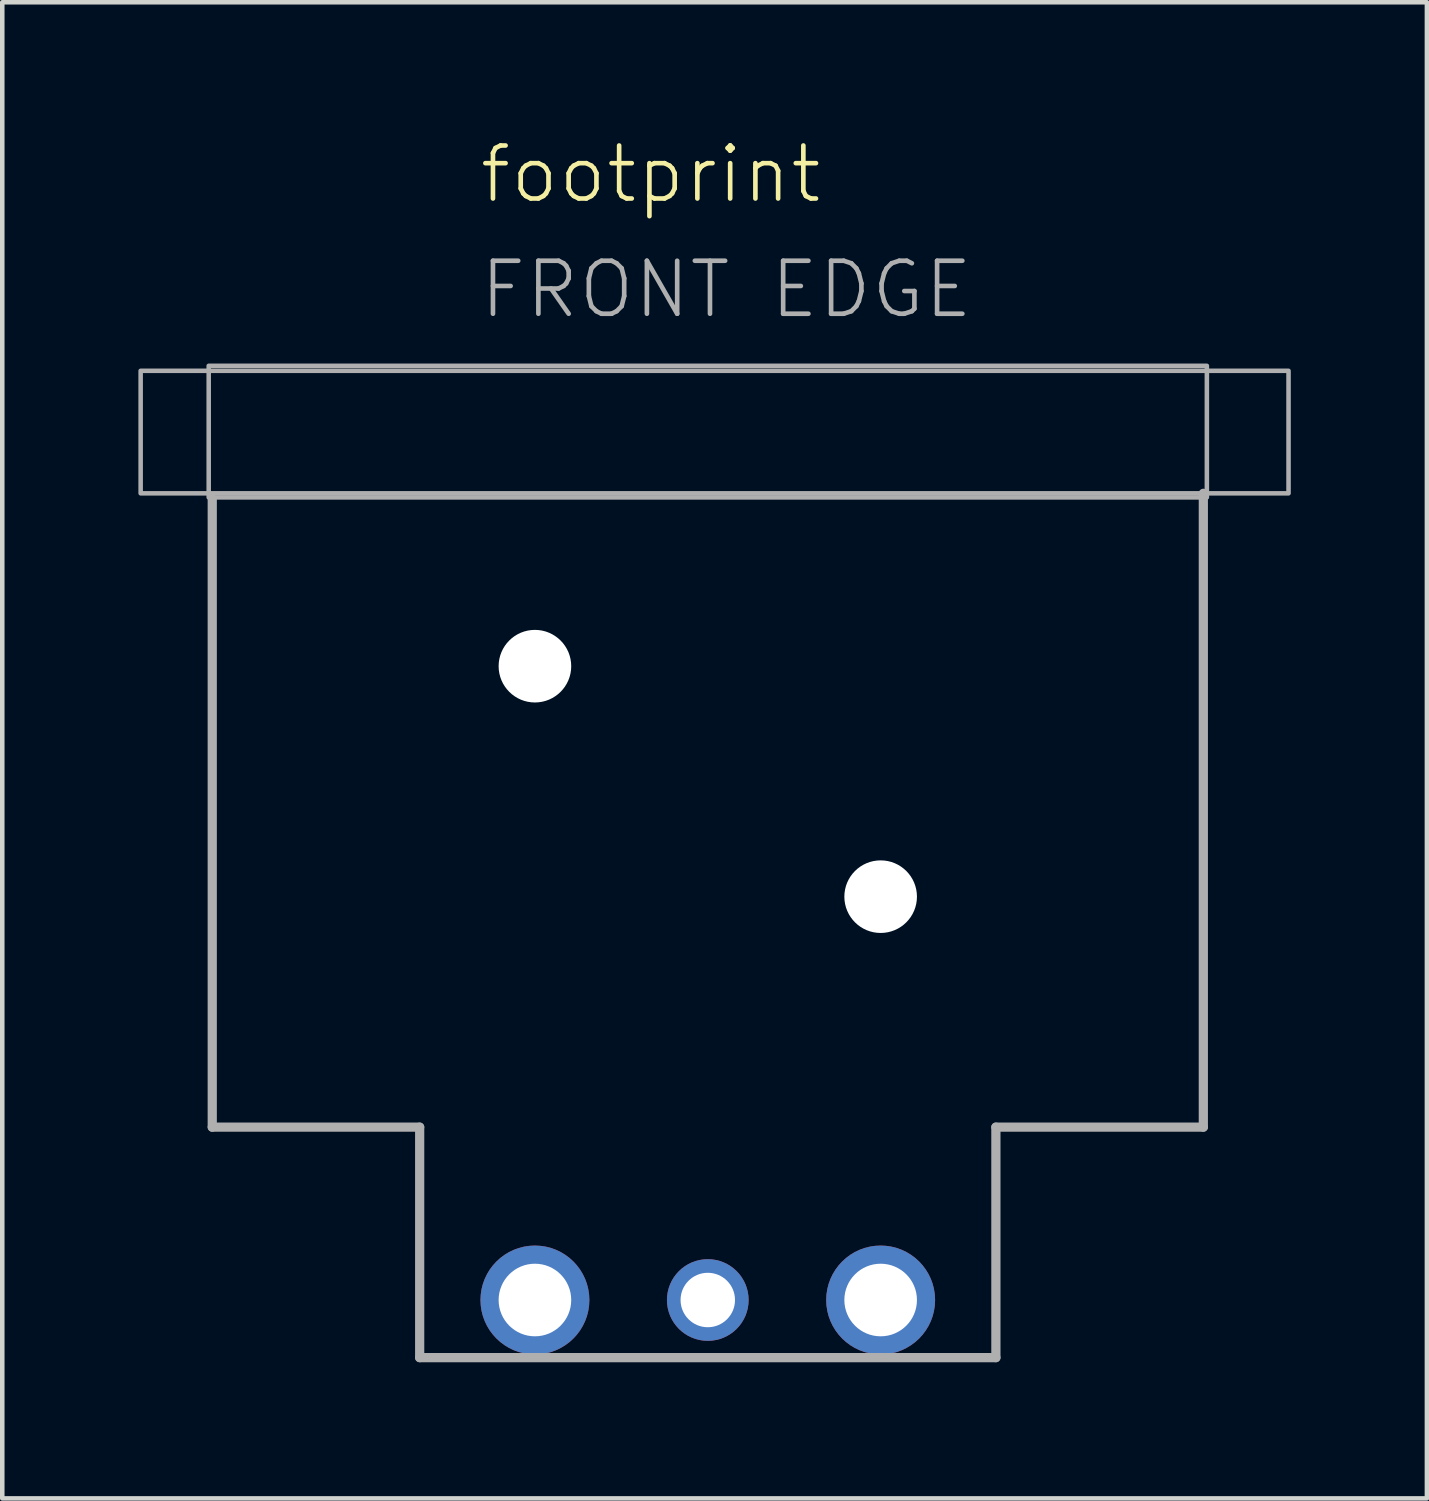
<source format=kicad_pcb>
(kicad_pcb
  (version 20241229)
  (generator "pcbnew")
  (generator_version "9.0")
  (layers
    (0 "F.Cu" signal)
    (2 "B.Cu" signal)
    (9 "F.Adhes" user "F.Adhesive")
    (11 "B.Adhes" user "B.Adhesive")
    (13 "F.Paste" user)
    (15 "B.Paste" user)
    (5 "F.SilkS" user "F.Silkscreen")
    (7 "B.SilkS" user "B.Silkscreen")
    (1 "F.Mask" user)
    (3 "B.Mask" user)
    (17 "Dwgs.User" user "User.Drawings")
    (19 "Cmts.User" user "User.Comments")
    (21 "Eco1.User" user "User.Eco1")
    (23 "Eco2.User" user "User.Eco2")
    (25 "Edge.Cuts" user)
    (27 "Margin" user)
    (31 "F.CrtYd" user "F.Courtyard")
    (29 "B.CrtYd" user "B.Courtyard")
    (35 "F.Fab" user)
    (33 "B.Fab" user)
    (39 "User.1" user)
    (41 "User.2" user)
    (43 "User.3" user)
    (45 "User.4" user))
  (footprint "footprint"
    (layer "F.Cu")
    (at 12.55 16.713)
    (property "Reference" "footprint" (at -5.08 -15.24 0) (layer "F.SilkS") (effects (font (size 1.168 1.168) (thickness 0.102)) (justify left bottom)))
    (fp_line (start -10.922 -8.763) (end -10.922 5.08) (stroke (width 0.203) (type solid)) (layer "F.Fab"))
    (fp_line (start -10.922 5.08) (end -6.35 5.08) (stroke (width 0.203) (type solid)) (layer "F.Fab"))
    (fp_line (start -6.35 5.08) (end -6.35 10.16) (stroke (width 0.203) (type solid)) (layer "F.Fab"))
    (fp_line (start -6.35 10.16) (end 6.35 10.16) (stroke (width 0.203) (type solid)) (layer "F.Fab"))
    (fp_line (start 6.35 5.08) (end 10.922 5.08) (stroke (width 0.203) (type solid)) (layer "F.Fab"))
    (fp_line (start 6.35 10.16) (end 6.35 5.08) (stroke (width 0.203) (type solid)) (layer "F.Fab"))
    (fp_line (start 10.922 5.08) (end 10.922 -8.89) (stroke (width 0.203) (type solid)) (layer "F.Fab"))
    (fp_poly (pts (xy -12.5 -8.89) (xy 12.8 -8.89) (xy 12.8 -11.59) (xy -12.5 -11.59)) (stroke (width 0.1) (type solid)) (fill no) (layer "F.Fab"))
    (fp_poly (pts (xy -11 -8.8) (xy 11 -8.8) (xy 11 -11.7) (xy -11 -11.7)) (stroke (width 0.1) (type solid)) (fill no) (layer "F.Fab"))
    (fp_text user "FRONT EDGE" (at -5.08 -12.7 0) (layer "F.Fab") (effects (font (size 1.168 1.168) (thickness 0.102)) (justify left bottom)))
    (pad "" np_thru_hole circle (at -3.81 -5.08) (size 1.6 1.6) (drill 1.6) (layers "*.Cu" "*.Mask"))
    (pad "" np_thru_hole circle (at 3.81 0) (size 1.6 1.6) (drill 1.6) (layers "*.Cu" "*.Mask"))
    (pad "1" thru_hole circle (at 3.81 8.89) (size 2.4 2.4) (drill 1.6) (layers "*.Cu" "*.Mask"))
    (pad "2" thru_hole circle (at -3.81 8.89) (size 2.4 2.4) (drill 1.6) (layers "*.Cu" "*.Mask"))
    (pad "3" thru_hole circle (at 0 8.89) (size 1.8 1.8) (drill 1.2) (layers "*.Cu" "*.Mask")))
  (gr_rect
    (start -3 -3)
    (end 28.4 29.975)
    (stroke (width 0.1) (type default))
    (fill no)
    (layer "Edge.Cuts")))
</source>
